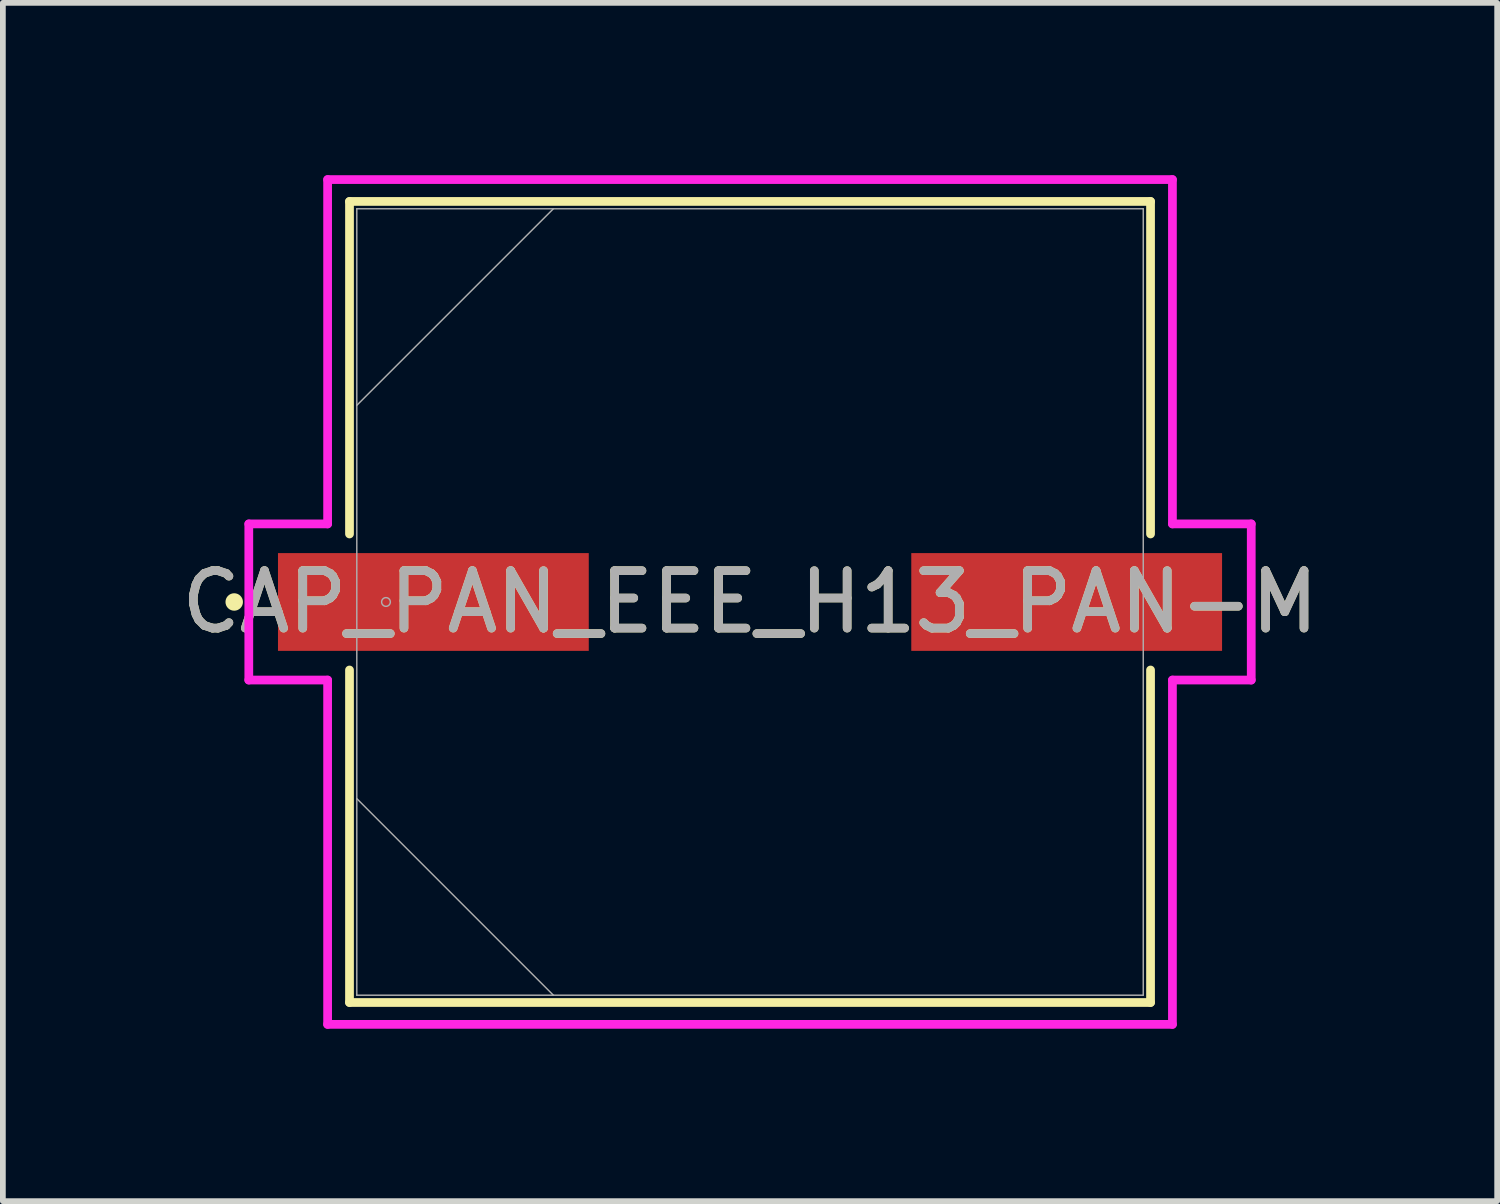
<source format=kicad_pcb>
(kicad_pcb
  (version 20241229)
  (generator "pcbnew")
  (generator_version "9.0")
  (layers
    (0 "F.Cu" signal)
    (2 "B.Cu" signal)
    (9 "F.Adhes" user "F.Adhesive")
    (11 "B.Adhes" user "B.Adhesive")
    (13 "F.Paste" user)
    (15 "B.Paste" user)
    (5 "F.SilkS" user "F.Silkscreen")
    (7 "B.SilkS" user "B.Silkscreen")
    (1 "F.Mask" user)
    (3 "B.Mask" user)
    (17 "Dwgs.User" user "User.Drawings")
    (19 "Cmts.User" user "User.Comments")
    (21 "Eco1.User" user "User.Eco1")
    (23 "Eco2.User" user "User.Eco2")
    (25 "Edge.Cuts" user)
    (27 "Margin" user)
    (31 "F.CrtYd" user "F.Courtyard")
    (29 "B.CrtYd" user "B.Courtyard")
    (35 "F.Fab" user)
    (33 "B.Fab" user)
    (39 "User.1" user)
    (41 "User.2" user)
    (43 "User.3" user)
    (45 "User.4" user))
  (footprint "CAP_PAN_EEE_H13_PAN-M"
    (layer "F.Cu")
    (at 10.006 7.429)
    (property "Reference" "CAP_PAN_EEE_H13_PAN-M" (at 0 0 0) (unlocked yes) (layer "F.SilkS") (effects (font (size 1 1) (thickness 0.15))))
    (attr smd)
    (fp_line (start -6.972 -6.972) (end -6.972 -1.184) (stroke (width 0.152) (type solid)) (layer "F.SilkS"))
    (fp_line (start -6.972 1.184) (end -6.972 6.972) (stroke (width 0.152) (type solid)) (layer "F.SilkS"))
    (fp_line (start -6.972 6.972) (end 6.972 6.972) (stroke (width 0.152) (type solid)) (layer "F.SilkS"))
    (fp_line (start 6.972 -6.972) (end -6.972 -6.972) (stroke (width 0.152) (type solid)) (layer "F.SilkS"))
    (fp_line (start 6.972 -1.184) (end 6.972 -6.972) (stroke (width 0.152) (type solid)) (layer "F.SilkS"))
    (fp_line (start 6.972 6.972) (end 6.972 1.184) (stroke (width 0.152) (type solid)) (layer "F.SilkS"))
    (fp_circle (center -8.979 0) (end -8.903 0) (stroke (width 0.152) (type solid)) (fill no) (layer "F.SilkS"))
    (fp_line (start -8.725 -1.359) (end -7.353 -1.359) (stroke (width 0.152) (type solid)) (layer "F.CrtYd"))
    (fp_line (start -8.725 1.359) (end -8.725 -1.359) (stroke (width 0.152) (type solid)) (layer "F.CrtYd"))
    (fp_line (start -7.353 -7.353) (end 7.353 -7.353) (stroke (width 0.152) (type solid)) (layer "F.CrtYd"))
    (fp_line (start -7.353 -1.359) (end -7.353 -7.353) (stroke (width 0.152) (type solid)) (layer "F.CrtYd"))
    (fp_line (start -7.353 1.359) (end -8.725 1.359) (stroke (width 0.152) (type solid)) (layer "F.CrtYd"))
    (fp_line (start -7.353 7.353) (end -7.353 1.359) (stroke (width 0.152) (type solid)) (layer "F.CrtYd"))
    (fp_line (start 7.353 -7.353) (end 7.353 -1.359) (stroke (width 0.152) (type solid)) (layer "F.CrtYd"))
    (fp_line (start 7.353 -1.359) (end 8.725 -1.359) (stroke (width 0.152) (type solid)) (layer "F.CrtYd"))
    (fp_line (start 7.353 1.359) (end 7.353 7.353) (stroke (width 0.152) (type solid)) (layer "F.CrtYd"))
    (fp_line (start 7.353 7.353) (end -7.353 7.353) (stroke (width 0.152) (type solid)) (layer "F.CrtYd"))
    (fp_line (start 8.725 -1.359) (end 8.725 1.359) (stroke (width 0.152) (type solid)) (layer "F.CrtYd"))
    (fp_line (start 8.725 1.359) (end 7.353 1.359) (stroke (width 0.152) (type solid)) (layer "F.CrtYd"))
    (fp_line (start -6.845 -6.845) (end -6.845 6.845) (stroke (width 0.025) (type solid)) (layer "F.Fab"))
    (fp_line (start -6.845 -3.423) (end -3.423 -6.845) (stroke (width 0.025) (type solid)) (layer "F.Fab"))
    (fp_line (start -6.845 3.423) (end -3.423 6.845) (stroke (width 0.025) (type solid)) (layer "F.Fab"))
    (fp_line (start -6.845 6.845) (end 6.845 6.845) (stroke (width 0.025) (type solid)) (layer "F.Fab"))
    (fp_line (start 6.845 -6.845) (end -6.845 -6.845) (stroke (width 0.025) (type solid)) (layer "F.Fab"))
    (fp_line (start 6.845 6.845) (end 6.845 -6.845) (stroke (width 0.025) (type solid)) (layer "F.Fab"))
    (fp_circle (center -6.337 0) (end -6.261 0) (stroke (width 0.025) (type solid)) (fill no) (layer "F.Fab"))
    (fp_text user "${REFERENCE}" (at 0 0 0) (unlocked yes) (layer "F.Fab") (effects (font (size 1 1) (thickness 0.15))))
    (pad "1" smd rect (at -5.512 0) (size 5.41 1.702) (layers "F.Cu" "F.Mask" "F.Paste"))
    (pad "2" smd rect (at 5.512 0) (size 5.41 1.702) (layers "F.Cu" "F.Mask" "F.Paste")))
  (gr_rect
    (start -3 -3)
    (end 23.012 17.859)
    (stroke (width 0.1) (type default))
    (fill no)
    (layer "Edge.Cuts")))
</source>
